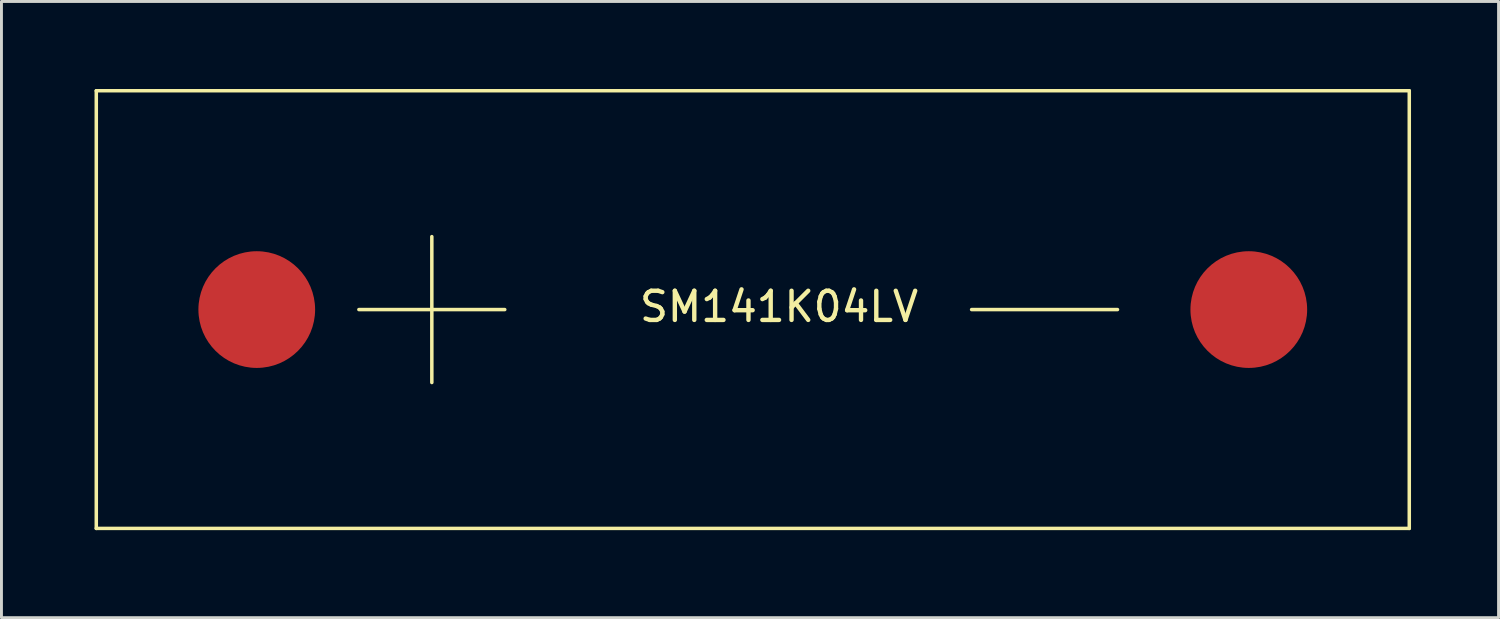
<source format=kicad_pcb>
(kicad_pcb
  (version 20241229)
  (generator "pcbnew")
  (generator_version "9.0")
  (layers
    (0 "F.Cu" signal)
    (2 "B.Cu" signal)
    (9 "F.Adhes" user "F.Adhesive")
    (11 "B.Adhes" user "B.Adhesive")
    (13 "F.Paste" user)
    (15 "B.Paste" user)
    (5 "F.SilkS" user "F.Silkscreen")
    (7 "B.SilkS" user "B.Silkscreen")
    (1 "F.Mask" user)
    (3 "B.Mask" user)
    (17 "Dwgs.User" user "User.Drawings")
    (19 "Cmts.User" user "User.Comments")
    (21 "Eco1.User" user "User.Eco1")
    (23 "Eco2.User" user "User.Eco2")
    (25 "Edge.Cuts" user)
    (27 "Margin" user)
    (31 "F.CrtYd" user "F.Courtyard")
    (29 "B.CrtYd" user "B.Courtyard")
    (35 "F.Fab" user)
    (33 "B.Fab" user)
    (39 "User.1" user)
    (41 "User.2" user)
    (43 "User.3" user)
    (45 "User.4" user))
  (footprint "SM141K04LV"
    (layer "F.Cu")
    (at 0.25 7.56)
    (property "Reference" "SM141K04LV" (at 23.4 -0.1 0) (layer "F.SilkS") (effects (font (size 1 1) (thickness 0.15))))
    (attr through_hole)
    (fp_line (start 0 -7.5) (end 45 -7.5) (stroke (width 0.12) (type solid)) (layer "F.SilkS"))
    (fp_line (start 0 7.5) (end 0 -7.5) (stroke (width 0.12) (type solid)) (layer "F.SilkS"))
    (fp_line (start 9 0) (end 14 0) (stroke (width 0.12) (type solid)) (layer "F.SilkS"))
    (fp_line (start 11.5 -2.5) (end 11.5 2.5) (stroke (width 0.12) (type solid)) (layer "F.SilkS"))
    (fp_line (start 30 0) (end 35 0) (stroke (width 0.12) (type solid)) (layer "F.SilkS"))
    (fp_line (start 45 7.5) (end 0 7.5) (stroke (width 0.12) (type solid)) (layer "F.SilkS"))
    (fp_line (start 45 7.5) (end 45 -7.5) (stroke (width 0.12) (type solid)) (layer "F.SilkS"))
    (pad "1" smd circle (at 5.5 0) (size 4 4) (layers "F.Cu" "F.Mask" "F.Paste"))
    (pad "2" smd circle (at 39.5 0) (size 4 4) (layers "F.Cu" "F.Mask" "F.Paste")))
  (gr_rect
    (start -3 -3)
    (end 48.31 18.12)
    (stroke (width 0.1) (type default))
    (fill no)
    (layer "Edge.Cuts")))
</source>
